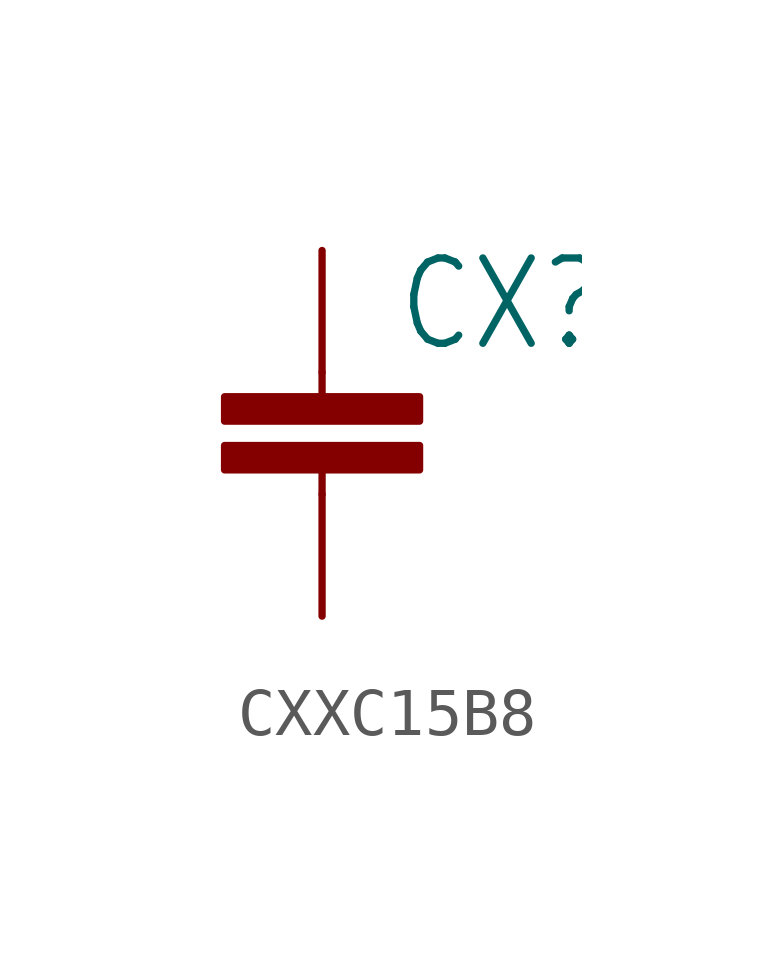
<source format=kicad_sym>
(kicad_symbol_lib
  (version 20231120)
  (generator "kicad_symbol_editor")
  (generator_version "8.0")
  (symbol "CXXC15B8"
    (property "Reference" "CX"
      (at 1.524 0.381 0)
      (effects (font (size 1.778 1.511)) (justify left bottom)))
    (property "Value" ""
      (at 1.524 -4.699 0)
      (effects (font (size 1.778 1.511)) (justify left bottom)))
    (property "ki_locked" ""
      (at 0 0 0)
      (effects (font (size 1.27 1.27))))
    (symbol "CXXC15B8_1_0"
      (rectangle (start -2.032 -2.032) (end 2.032 -1.524) (stroke (width 0) (type default)) (fill (type outline)))
      (rectangle (start -2.032 -1.016) (end 2.032 -0.508) (stroke (width 0) (type default)) (fill (type outline)))
      (polyline (pts (xy 0 -2.54) (xy 0 -2.032)) (stroke (width 0.152) (type solid)) (fill (type none)))
      (polyline (pts (xy 0 0) (xy 0 -0.508)) (stroke (width 0.152) (type solid)) (fill (type none)))
      (pin passive line (at 0 2.54 270) (length 2.54) (name "1" (effects (font (size 0 0)))) (number "1" (effects (font (size 0 0)))))
      (pin passive line (at 0 -5.08 90) (length 2.54) (name "2" (effects (font (size 0 0)))) (number "2" (effects (font (size 0 0))))))))
</source>
